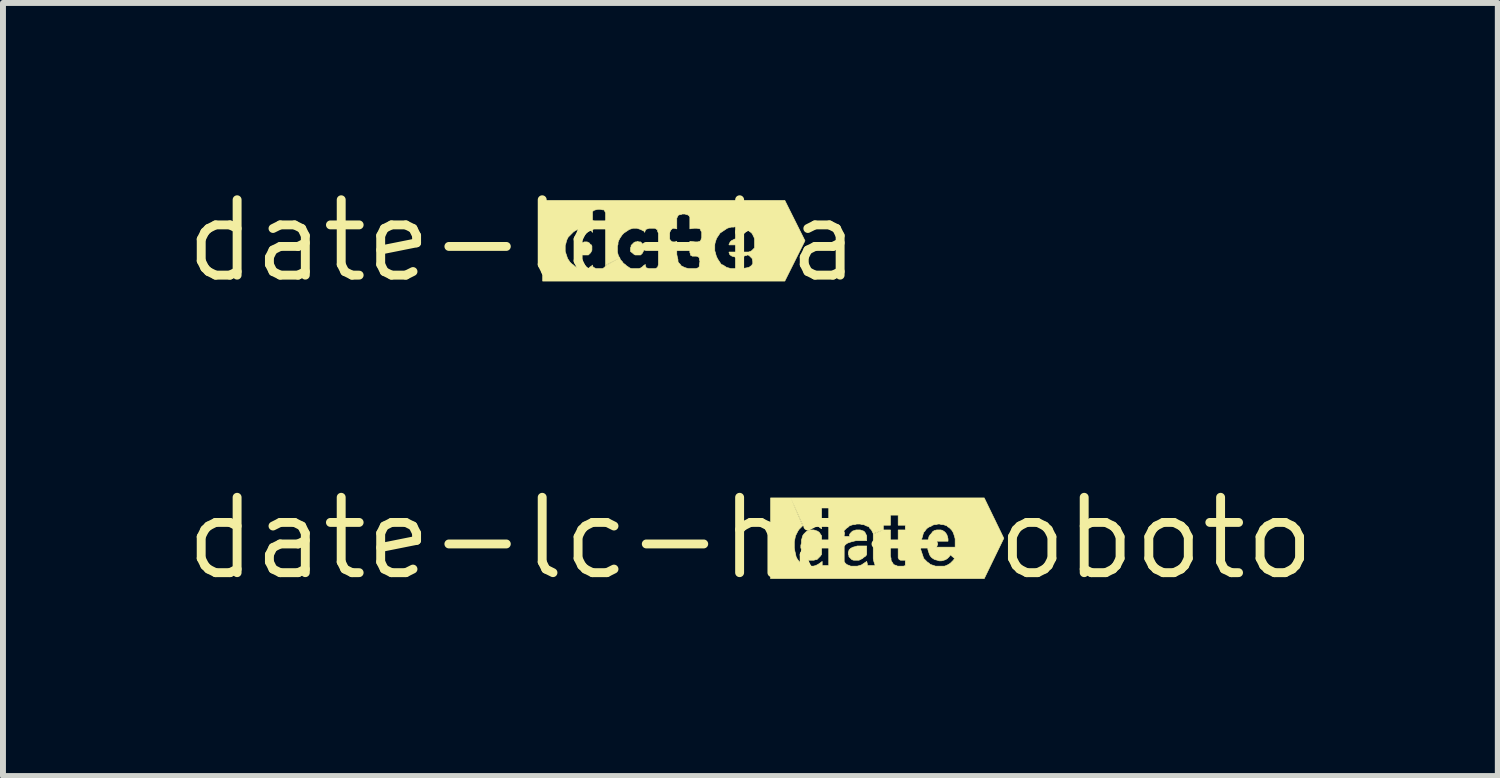
<source format=kicad_pcb>
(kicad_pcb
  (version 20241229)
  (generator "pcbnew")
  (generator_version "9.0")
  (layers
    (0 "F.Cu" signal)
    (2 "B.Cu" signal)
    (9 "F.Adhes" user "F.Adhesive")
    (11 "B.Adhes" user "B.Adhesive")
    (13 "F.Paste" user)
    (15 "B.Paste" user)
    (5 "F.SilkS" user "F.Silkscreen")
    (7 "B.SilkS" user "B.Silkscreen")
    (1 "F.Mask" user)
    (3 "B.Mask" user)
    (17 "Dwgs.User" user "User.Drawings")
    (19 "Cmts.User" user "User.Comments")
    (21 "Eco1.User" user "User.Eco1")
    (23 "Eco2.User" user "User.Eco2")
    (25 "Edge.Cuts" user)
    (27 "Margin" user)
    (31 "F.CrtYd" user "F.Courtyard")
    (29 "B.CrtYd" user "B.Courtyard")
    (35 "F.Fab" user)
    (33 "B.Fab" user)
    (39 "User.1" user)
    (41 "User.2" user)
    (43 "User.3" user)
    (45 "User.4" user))
  (footprint "date-lc-ha-roboto"
    (layer "F.Cu")
    (at 9.593 6.019)
    (property "Reference" "date-lc-ha-roboto" (at 0 0 0) (layer "F.SilkS") (effects (font (size 1.27 1.27) (thickness 0.15))))
    (attr board_only exclude_from_pos_files exclude_from_bom)
    (fp_poly (pts (xy 3.17 -0.14) (xy 3.14 -0.14) (xy 3.1 -0.13) (xy 3.07 -0.11) (xy 3.05 -0.08) (xy 3.03 -0.06) (xy 3.01 -0.03) (xy 3 0.01) (xy 2.99 0.05) (xy 3.33 0.05) (xy 3.33 0.01) (xy 3.32 -0.03) (xy 3.31 -0.06) (xy 3.29 -0.09) (xy 3.27 -0.11) (xy 3.24 -0.13) (xy 3.21 -0.14) (xy 3.17 -0.14)) (stroke (width 0.01) (type solid)) (fill yes) (layer "F.SilkS"))
    (fp_poly (pts (xy 1.78 0.37) (xy 1.8 0.37) (xy 1.83 0.37) (xy 1.85 0.36) (xy 1.87 0.35) (xy 1.89 0.34) (xy 1.91 0.32) (xy 1.93 0.31) (xy 1.95 0.29) (xy 1.96 0.27) (xy 1.96 0.13) (xy 1.83 0.13) (xy 1.8 0.13) (xy 1.77 0.14) (xy 1.73 0.15) (xy 1.71 0.16) (xy 1.69 0.17) (xy 1.67 0.19) (xy 1.66 0.2) (xy 1.66 0.22) (xy 1.65 0.23) (xy 1.65 0.25) (xy 1.65 0.27) (xy 1.66 0.29) (xy 1.66 0.31) (xy 1.67 0.32) (xy 1.68 0.33) (xy 1.69 0.34) (xy 1.71 0.36) (xy 1.74 0.37) (xy 1.78 0.37)) (stroke (width 0.01) (type solid)) (fill yes) (layer "F.SilkS"))
    (fp_poly (pts (xy 0.85 0.12) (xy 0.85 0.16) (xy 0.86 0.19) (xy 0.86 0.22) (xy 0.87 0.25) (xy 0.88 0.27) (xy 0.89 0.29) (xy 0.91 0.32) (xy 0.93 0.33) (xy 0.95 0.35) (xy 0.97 0.36) (xy 0.99 0.37) (xy 1.01 0.37) (xy 1.04 0.37) (xy 1.07 0.37) (xy 1.1 0.36) (xy 1.12 0.36) (xy 1.14 0.34) (xy 1.16 0.32) (xy 1.18 0.3) (xy 1.2 0.27) (xy 1.2 -0.04) (xy 1.18 -0.07) (xy 1.16 -0.1) (xy 1.13 -0.12) (xy 1.1 -0.13) (xy 1.07 -0.14) (xy 1.03 -0.14) (xy 1 -0.14) (xy 0.97 -0.13) (xy 0.94 -0.11) (xy 0.92 -0.09) (xy 0.9 -0.07) (xy 0.88 -0.04) (xy 0.87 0) (xy 0.86 0.03) (xy 0.86 0.08) (xy 0.85 0.12)) (stroke (width 0.01) (type solid)) (fill yes) (layer "F.SilkS"))
    (fp_poly (pts (xy 0.68 -0.68) (xy 0.34 -0.68) (xy 0.34 0.68) (xy 3.94 0.68) (xy 4.27 0) (xy 3.94 -0.68) (xy 0.68 -0.68) (xy 0.89 -0.21) (xy 0.92 -0.22) (xy 0.97 -0.23) (xy 1.01 -0.24) (xy 1.06 -0.23) (xy 1.1 -0.22) (xy 1.14 -0.21) (xy 1.17 -0.18) (xy 1.2 -0.16) (xy 1.2 -0.51) (xy 1.32 -0.51) (xy 1.32 0.46) (xy 1.55 0.35) (xy 1.54 0.32) (xy 1.53 0.29) (xy 1.53 0.25) (xy 1.54 0.21) (xy 1.55 0.18) (xy 1.56 0.15) (xy 1.58 0.13) (xy 1.61 0.1) (xy 1.64 0.08) (xy 1.67 0.07) (xy 1.7 0.06) (xy 1.74 0.05) (xy 1.78 0.04) (xy 1.82 0.04) (xy 1.96 0.04) (xy 1.96 -0.01) (xy 1.96 -0.04) (xy 1.95 -0.06) (xy 1.94 -0.08) (xy 1.93 -0.1) (xy 1.91 -0.12) (xy 1.88 -0.13) (xy 1.85 -0.14) (xy 1.82 -0.14) (xy 1.78 -0.14) (xy 1.75 -0.13) (xy 1.72 -0.12) (xy 1.7 -0.1) (xy 1.68 -0.08) (xy 1.67 -0.06) (xy 1.67 -0.03) (xy 1.54 -0.03) (xy 1.55 -0.06) (xy 1.55 -0.08) (xy 1.56 -0.11) (xy 1.58 -0.13) (xy 1.6 -0.15) (xy 1.62 -0.17) (xy 1.65 -0.19) (xy 1.67 -0.21) (xy 1.7 -0.22) (xy 1.73 -0.23) (xy 1.76 -0.23) (xy 1.79 -0.24) (xy 1.82 -0.24) (xy 1.85 -0.24) (xy 1.88 -0.23) (xy 1.91 -0.23) (xy 1.93 -0.22) (xy 1.95 -0.21) (xy 1.98 -0.2) (xy 2 -0.19) (xy 2.01 -0.17) (xy 2.03 -0.15) (xy 2.04 -0.14) (xy 2.05 -0.12) (xy 2.07 -0.08) (xy 2.24 -0.14) (xy 2.24 -0.22) (xy 2.36 -0.22) (xy 2.36 -0.39) (xy 2.49 -0.39) (xy 2.49 -0.22) (xy 2.61 -0.22) (xy 2.61 -0.14) (xy 2.49 -0.14) (xy 2.49 0.29) (xy 2.49 0.33) (xy 2.5 0.34) (xy 2.5 0.35) (xy 2.51 0.36) (xy 2.53 0.37) (xy 2.54 0.37) (xy 2.56 0.37) (xy 2.61 0.37) (xy 2.9 0.28) (xy 2.89 0.25) (xy 2.88 0.22) (xy 2.87 0.19) (xy 2.87 0.15) (xy 2.87 0.1) (xy 2.87 0.07) (xy 2.88 0.03) (xy 2.89 0) (xy 2.9 -0.03) (xy 2.91 -0.07) (xy 2.92 -0.1) (xy 2.94 -0.12) (xy 2.96 -0.15) (xy 2.98 -0.17) (xy 3.01 -0.19) (xy 3.04 -0.2) (xy 3.07 -0.22) (xy 3.1 -0.23) (xy 3.13 -0.23) (xy 3.16 -0.24) (xy 3.19 -0.24) (xy 3.22 -0.23) (xy 3.25 -0.23) (xy 3.28 -0.22) (xy 3.31 -0.21) (xy 3.33 -0.19) (xy 3.35 -0.18) (xy 3.37 -0.16) (xy 3.39 -0.14) (xy 3.41 -0.11) (xy 3.42 -0.09) (xy 3.43 -0.06) (xy 3.44 -0.03) (xy 3.45 0.01) (xy 3.45 0.04) (xy 3.45 0.08) (xy 3.45 0.15) (xy 2.99 0.15) (xy 2.99 0.19) (xy 3 0.22) (xy 3.01 0.25) (xy 3.02 0.28) (xy 3.04 0.31) (xy 3.06 0.33) (xy 3.09 0.35) (xy 3.11 0.36) (xy 3.15 0.37) (xy 3.18 0.38) (xy 3.22 0.38) (xy 3.26 0.37) (xy 3.29 0.36) (xy 3.32 0.34) (xy 3.35 0.31) (xy 3.37 0.28) (xy 3.44 0.34) (xy 3.42 0.37) (xy 3.39 0.4) (xy 3.37 0.42) (xy 3.34 0.44) (xy 3.3 0.46) (xy 3.27 0.47) (xy 3.23 0.47) (xy 3.18 0.47) (xy 3.15 0.47) (xy 3.12 0.47) (xy 3.09 0.46) (xy 3.06 0.45) (xy 3.03 0.44) (xy 3.01 0.42) (xy 2.98 0.4) (xy 2.96 0.38) (xy 2.94 0.36) (xy 2.92 0.34) (xy 2.91 0.31) (xy 2.9 0.28) (xy 2.61 0.37) (xy 2.61 0.46) (xy 2.58 0.47) (xy 2.54 0.47) (xy 2.51 0.47) (xy 2.48 0.47) (xy 2.46 0.46) (xy 2.43 0.45) (xy 2.41 0.44) (xy 2.4 0.42) (xy 2.38 0.39) (xy 2.37 0.37) (xy 2.37 0.34) (xy 2.36 0.3) (xy 2.36 -0.14) (xy 2.24 -0.14) (xy 2.07 -0.07) (xy 2.07 -0.03) (xy 2.07 0.3) (xy 2.07 0.34) (xy 2.08 0.39) (xy 2.09 0.42) (xy 2.1 0.45) (xy 2.1 0.46) (xy 1.98 0.46) (xy 1.97 0.45) (xy 1.97 0.43) (xy 1.96 0.39) (xy 1.93 0.41) (xy 1.9 0.43) (xy 1.87 0.45) (xy 1.84 0.46) (xy 1.8 0.47) (xy 1.77 0.47) (xy 1.73 0.47) (xy 1.69 0.47) (xy 1.67 0.46) (xy 1.64 0.45) (xy 1.62 0.44) (xy 1.6 0.42) (xy 1.59 0.41) (xy 1.57 0.39) (xy 1.56 0.37) (xy 1.55 0.35) (xy 1.32 0.46) (xy 1.21 0.46) (xy 1.21 0.39) (xy 1.17 0.42) (xy 1.14 0.44) (xy 1.1 0.46) (xy 1.06 0.47) (xy 1.01 0.47) (xy 0.96 0.47) (xy 0.92 0.46) (xy 0.88 0.44) (xy 0.85 0.42) (xy 0.82 0.39) (xy 0.79 0.35) (xy 0.77 0.31) (xy 0.76 0.26) (xy 0.75 0.22) (xy 0.74 0.16) (xy 0.74 0.11) (xy 0.74 0.06) (xy 0.75 0.01) (xy 0.76 -0.04) (xy 0.78 -0.08) (xy 0.8 -0.12) (xy 0.82 -0.15) (xy 0.85 -0.18) (xy 0.88 -0.21) (xy 0.68 -0.68)) (stroke (width 0.01) (type solid)) (fill yes) (layer "F.SilkS")))
  (footprint "date-lc-ha"
    (layer "F.Cu")
    (at 5.753 1.006)
    (property "Reference" "date-lc-ha" (at 0 0 0) (layer "F.SilkS") (effects (font (size 1.27 1.27) (thickness 0.15))))
    (attr board_only exclude_from_pos_files exclude_from_bom)
    (fp_poly (pts (xy 3.64 0.07) (xy 3.66 0.07) (xy 3.67 0.07) (xy 3.68 0.07) (xy 3.69 0.06) (xy 3.69 0.05) (xy 3.69 0.04) (xy 3.69 0.02) (xy 3.69 0.01) (xy 3.68 -0.01) (xy 3.66 -0.02) (xy 3.63 -0.03) (xy 3.6 -0.03) (xy 3.58 -0.03) (xy 3.56 -0.02) (xy 3.54 -0.01) (xy 3.52 0) (xy 3.5 0.02) (xy 3.49 0.04) (xy 3.48 0.06) (xy 3.48 0.07) (xy 3.64 0.07)) (stroke (width 0.01) (type solid)) (fill yes) (layer "F.SilkS"))
    (fp_poly (pts (xy 1.01 0.24) (xy 1.07 0.24) (xy 1.09 0.24) (xy 1.11 0.24) (xy 1.12 0.23) (xy 1.14 0.21) (xy 1.15 0.2) (xy 1.16 0.18) (xy 1.17 0.16) (xy 1.17 0.14) (xy 1.17 0.12) (xy 1.17 0.09) (xy 1.16 0.07) (xy 1.14 0.06) (xy 1.13 0.04) (xy 1.11 0.03) (xy 1.09 0.02) (xy 1.07 0.02) (xy 1.04 0.02) (xy 1.02 0.03) (xy 1 0.04) (xy 0.98 0.05) (xy 0.96 0.07) (xy 0.95 0.09) (xy 0.94 0.11) (xy 0.94 0.13) (xy 0.94 0.15) (xy 0.95 0.17) (xy 0.96 0.18) (xy 0.97 0.2) (xy 1.01 0.24)) (stroke (width 0.01) (type solid)) (fill yes) (layer "F.SilkS"))
    (fp_poly (pts (xy 1.82 0.18) (xy 1.87 0.22) (xy 1.88 0.23) (xy 1.9 0.24) (xy 1.92 0.24) (xy 1.94 0.24) (xy 1.96 0.24) (xy 1.99 0.24) (xy 2 0.23) (xy 2.02 0.21) (xy 2.03 0.19) (xy 2.04 0.17) (xy 2.05 0.15) (xy 2.05 0.13) (xy 2.05 0.11) (xy 2.04 0.09) (xy 2.03 0.07) (xy 2.02 0.05) (xy 2 0.03) (xy 1.99 0.02) (xy 1.96 0.02) (xy 1.94 0.01) (xy 1.92 0.02) (xy 1.9 0.02) (xy 1.88 0.03) (xy 1.86 0.05) (xy 1.85 0.06) (xy 1.83 0.08) (xy 1.83 0.1) (xy 1.82 0.12) (xy 1.82 0.18)) (stroke (width 0.01) (type solid)) (fill yes) (layer "F.SilkS"))
    (fp_poly (pts (xy 0.68 -0.68) (xy 0.34 -0.68) (xy 0.34 0.68) (xy 4.42 0.68) (xy 4.76 0) (xy 4.42 -0.68) (xy 0.68 -0.68) (xy 1.18 -0.49) (xy 1.2 -0.51) (xy 1.23 -0.52) (xy 1.27 -0.53) (xy 1.31 -0.53) (xy 1.35 -0.52) (xy 1.37 -0.52) (xy 1.38 -0.51) (xy 1.39 -0.49) (xy 1.4 -0.47) (xy 1.4 -0.46) (xy 1.4 0.41) (xy 1.64 0.29) (xy 1.62 0.26) (xy 1.61 0.23) (xy 1.6 0.19) (xy 1.6 0.16) (xy 1.6 0.13) (xy 1.6 0.09) (xy 1.61 0.06) (xy 1.61 0.03) (xy 1.62 0) (xy 1.64 -0.04) (xy 1.66 -0.07) (xy 1.68 -0.1) (xy 1.71 -0.13) (xy 1.74 -0.15) (xy 1.77 -0.17) (xy 1.8 -0.19) (xy 1.83 -0.2) (xy 1.86 -0.21) (xy 1.9 -0.21) (xy 1.93 -0.21) (xy 1.96 -0.2) (xy 1.99 -0.19) (xy 2.03 -0.17) (xy 2.05 -0.16) (xy 2.06 -0.14) (xy 2.06 -0.15) (xy 2.07 -0.17) (xy 2.07 -0.18) (xy 2.08 -0.19) (xy 2.1 -0.2) (xy 2.11 -0.2) (xy 2.13 -0.21) (xy 2.15 -0.21) (xy 2.21 -0.21) (xy 2.23 -0.21) (xy 2.25 -0.2) (xy 2.26 -0.19) (xy 2.27 -0.19) (xy 2.28 -0.15) (xy 2.29 -0.13) (xy 2.29 -0.1) (xy 2.48 -0.09) (xy 2.48 -0.14) (xy 2.49 -0.16) (xy 2.5 -0.18) (xy 2.52 -0.2) (xy 2.54 -0.21) (xy 2.55 -0.21) (xy 2.6 -0.2) (xy 2.6 -0.38) (xy 2.61 -0.4) (xy 2.62 -0.42) (xy 2.62 -0.43) (xy 2.63 -0.43) (xy 2.65 -0.44) (xy 2.67 -0.44) (xy 2.69 -0.45) (xy 2.72 -0.45) (xy 2.74 -0.45) (xy 2.76 -0.44) (xy 2.78 -0.44) (xy 2.79 -0.43) (xy 2.81 -0.42) (xy 2.81 -0.41) (xy 2.82 -0.4) (xy 2.82 -0.38) (xy 2.82 -0.34) (xy 2.82 -0.2) (xy 2.89 -0.21) (xy 2.94 -0.21) (xy 2.99 -0.2) (xy 3 -0.19) (xy 3 -0.18) (xy 3.01 -0.16) (xy 3.02 -0.15) (xy 3.02 -0.1) (xy 3.02 -0.05) (xy 3.01 -0.03) (xy 3.25 0.02) (xy 3.26 -0.01) (xy 3.27 -0.04) (xy 3.29 -0.07) (xy 3.31 -0.1) (xy 3.33 -0.13) (xy 3.36 -0.15) (xy 3.39 -0.17) (xy 3.42 -0.19) (xy 3.45 -0.21) (xy 3.48 -0.22) (xy 3.52 -0.23) (xy 3.56 -0.23) (xy 3.6 -0.24) (xy 3.64 -0.24) (xy 3.67 -0.23) (xy 3.71 -0.23) (xy 3.74 -0.22) (xy 3.77 -0.2) (xy 3.8 -0.18) (xy 3.82 -0.16) (xy 3.85 -0.14) (xy 3.87 -0.12) (xy 3.88 -0.1) (xy 3.9 -0.06) (xy 3.91 -0.03) (xy 3.91 -0.01) (xy 3.91 0.02) (xy 3.91 0.12) (xy 3.87 0.16) (xy 3.86 0.17) (xy 3.84 0.18) (xy 3.81 0.19) (xy 3.79 0.19) (xy 3.48 0.19) (xy 3.48 0.2) (xy 3.49 0.22) (xy 3.49 0.23) (xy 3.5 0.24) (xy 3.53 0.26) (xy 3.57 0.27) (xy 3.59 0.28) (xy 3.61 0.28) (xy 3.68 0.27) (xy 3.72 0.27) (xy 3.75 0.25) (xy 3.77 0.25) (xy 3.79 0.24) (xy 3.8 0.24) (xy 3.82 0.25) (xy 3.83 0.26) (xy 3.85 0.28) (xy 3.87 0.3) (xy 3.88 0.35) (xy 3.88 0.36) (xy 3.88 0.38) (xy 3.88 0.39) (xy 3.87 0.4) (xy 3.86 0.42) (xy 3.84 0.43) (xy 3.83 0.44) (xy 3.81 0.45) (xy 3.76 0.46) (xy 3.7 0.47) (xy 3.63 0.47) (xy 3.59 0.47) (xy 3.55 0.47) (xy 3.51 0.47) (xy 3.48 0.46) (xy 3.44 0.45) (xy 3.41 0.43) (xy 3.38 0.41) (xy 3.35 0.4) (xy 3.33 0.37) (xy 3.31 0.34) (xy 3.29 0.31) (xy 3.27 0.27) (xy 3.26 0.24) (xy 3.25 0.2) (xy 3.24 0.17) (xy 3.24 0.13) (xy 3.24 0.09) (xy 3.24 0.06) (xy 3.25 0.02) (xy 3.01 -0.03) (xy 3.01 -0.02) (xy 3 0) (xy 2.99 0.01) (xy 2.95 0.02) (xy 2.91 0.02) (xy 2.82 0.01) (xy 2.82 0.2) (xy 2.83 0.22) (xy 2.83 0.24) (xy 2.84 0.25) (xy 2.85 0.25) (xy 2.86 0.26) (xy 2.91 0.26) (xy 2.93 0.26) (xy 2.96 0.27) (xy 2.97 0.28) (xy 2.98 0.29) (xy 2.98 0.31) (xy 2.99 0.35) (xy 2.98 0.4) (xy 2.98 0.42) (xy 2.98 0.43) (xy 2.97 0.45) (xy 2.95 0.46) (xy 2.92 0.47) (xy 2.9 0.47) (xy 2.85 0.47) (xy 2.8 0.47) (xy 2.76 0.46) (xy 2.73 0.45) (xy 2.71 0.44) (xy 2.69 0.43) (xy 2.67 0.42) (xy 2.66 0.4) (xy 2.64 0.38) (xy 2.63 0.37) (xy 2.62 0.35) (xy 2.62 0.32) (xy 2.61 0.28) (xy 2.6 0.23) (xy 2.6 0.01) (xy 2.57 0.02) (xy 2.54 0.02) (xy 2.53 0.02) (xy 2.51 0.01) (xy 2.5 0) (xy 2.49 -0.01) (xy 2.48 -0.03) (xy 2.48 -0.05) (xy 2.48 -0.09) (xy 2.29 -0.1) (xy 2.29 0.36) (xy 2.29 0.4) (xy 2.28 0.44) (xy 2.27 0.45) (xy 2.26 0.46) (xy 2.24 0.47) (xy 2.23 0.47) (xy 2.2 0.47) (xy 2.18 0.47) (xy 2.15 0.47) (xy 2.13 0.47) (xy 2.1 0.46) (xy 2.09 0.46) (xy 2.08 0.45) (xy 2.08 0.44) (xy 2.07 0.43) (xy 2.07 0.41) (xy 2.07 0.4) (xy 2.04 0.42) (xy 2.02 0.44) (xy 1.99 0.46) (xy 1.96 0.47) (xy 1.92 0.47) (xy 1.88 0.47) (xy 1.84 0.47) (xy 1.81 0.46) (xy 1.78 0.44) (xy 1.75 0.42) (xy 1.73 0.4) (xy 1.7 0.38) (xy 1.68 0.35) (xy 1.65 0.32) (xy 1.64 0.29) (xy 1.4 0.42) (xy 1.39 0.44) (xy 1.38 0.45) (xy 1.35 0.47) (xy 1.32 0.47) (xy 1.29 0.47) (xy 1.26 0.47) (xy 1.24 0.47) (xy 1.22 0.46) (xy 1.2 0.45) (xy 1.19 0.44) (xy 1.18 0.43) (xy 1.18 0.41) (xy 1.16 0.43) (xy 1.14 0.44) (xy 1.12 0.46) (xy 1.09 0.47) (xy 1.06 0.47) (xy 1.03 0.47) (xy 1 0.47) (xy 0.97 0.47) (xy 0.94 0.46) (xy 0.91 0.45) (xy 0.88 0.43) (xy 0.86 0.41) (xy 0.83 0.39) (xy 0.8 0.36) (xy 0.78 0.33) (xy 0.76 0.3) (xy 0.75 0.27) (xy 0.74 0.24) (xy 0.73 0.21) (xy 0.72 0.18) (xy 0.72 0.15) (xy 0.72 0.11) (xy 0.72 0.08) (xy 0.73 0.05) (xy 0.74 0.01) (xy 0.75 -0.02) (xy 0.77 -0.06) (xy 0.8 -0.09) (xy 0.83 -0.12) (xy 0.86 -0.15) (xy 0.89 -0.17) (xy 0.93 -0.19) (xy 0.96 -0.2) (xy 1 -0.21) (xy 1.03 -0.21) (xy 1.07 -0.21) (xy 1.1 -0.2) (xy 1.13 -0.18) (xy 1.16 -0.17) (xy 1.18 -0.14) (xy 1.18 -0.47) (xy 1.18 -0.49) (xy 0.68 -0.68)) (stroke (width 0.01) (type solid)) (fill yes) (layer "F.SilkS")))
  (gr_rect
    (start -3 -3)
    (end 22.186 10.025)
    (stroke (width 0.1) (type default))
    (fill no)
    (layer "Edge.Cuts")))
</source>
